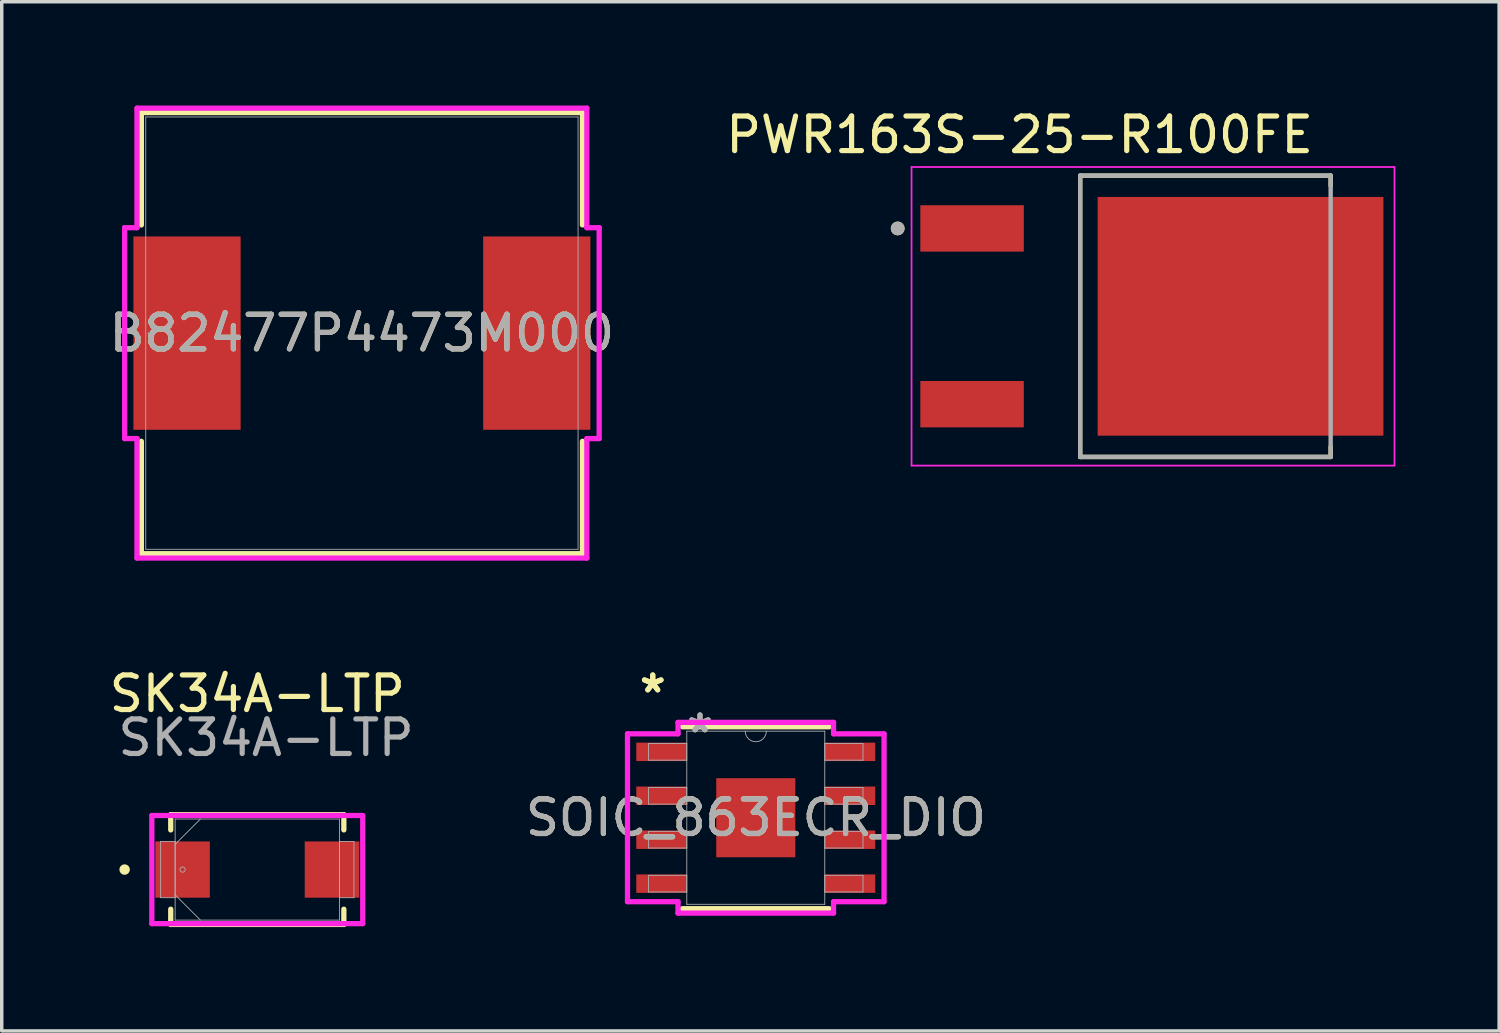
<source format=kicad_pcb>
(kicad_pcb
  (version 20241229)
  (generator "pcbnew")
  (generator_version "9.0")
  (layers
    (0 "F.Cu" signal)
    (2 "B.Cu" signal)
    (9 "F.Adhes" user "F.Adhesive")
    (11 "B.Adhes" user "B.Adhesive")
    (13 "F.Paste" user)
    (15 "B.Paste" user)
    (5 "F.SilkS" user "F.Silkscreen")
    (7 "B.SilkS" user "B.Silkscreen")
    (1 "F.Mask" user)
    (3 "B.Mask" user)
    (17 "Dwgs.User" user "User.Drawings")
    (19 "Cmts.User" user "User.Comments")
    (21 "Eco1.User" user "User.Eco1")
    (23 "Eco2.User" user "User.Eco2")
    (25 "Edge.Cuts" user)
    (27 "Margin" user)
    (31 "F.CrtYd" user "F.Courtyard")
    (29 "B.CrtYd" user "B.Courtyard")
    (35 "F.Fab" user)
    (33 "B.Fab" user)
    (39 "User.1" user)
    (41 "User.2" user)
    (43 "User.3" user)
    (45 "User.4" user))
  (footprint "PWR163S-25-R100FE"
    (layer "F.Cu")
    (at 30.248 6.093)
    (property "Reference" "PWR163S-25-R100FE" (at -3.825 -5.245 0) (layer "F.SilkS") (effects (font (size 1 1) (thickness 0.15))))
    (attr smd)
    (fp_line (start -2.075 -4.065) (end 5.165 -4.065) (stroke (width 0.127) (type solid)) (layer "F.SilkS"))
    (fp_line (start -2.075 4.065) (end -2.075 -4.065) (stroke (width 0.127) (type solid)) (layer "F.SilkS"))
    (fp_line (start 5.165 -4.065) (end 5.165 -3.77) (stroke (width 0.127) (type solid)) (layer "F.SilkS"))
    (fp_line (start 5.165 4.065) (end -2.075 4.065) (stroke (width 0.127) (type solid)) (layer "F.SilkS"))
    (fp_line (start 5.165 4.065) (end 5.165 3.77) (stroke (width 0.127) (type solid)) (layer "F.SilkS"))
    (fp_circle (center -7.35 -2.54) (end -7.25 -2.54) (stroke (width 0.2) (type solid)) (fill no) (layer "F.SilkS"))
    (fp_poly (pts (xy -1.235 -2.99) (xy 0.145 -2.99) (xy 0.145 -1.61) (xy -1.235 -1.61)) (stroke (width 0.01) (type solid)) (fill yes) (layer "F.Paste"))
    (fp_poly (pts (xy -1.235 -0.69) (xy 0.145 -0.69) (xy 0.145 0.69) (xy -1.235 0.69)) (stroke (width 0.01) (type solid)) (fill yes) (layer "F.Paste"))
    (fp_poly (pts (xy -1.235 1.61) (xy 0.145 1.61) (xy 0.145 2.99) (xy -1.235 2.99)) (stroke (width 0.01) (type solid)) (fill yes) (layer "F.Paste"))
    (fp_poly (pts (xy 0.835 -2.99) (xy 2.215 -2.99) (xy 2.215 -1.61) (xy 0.835 -1.61)) (stroke (width 0.01) (type solid)) (fill yes) (layer "F.Paste"))
    (fp_poly (pts (xy 0.835 -0.69) (xy 2.215 -0.69) (xy 2.215 0.69) (xy 0.835 0.69)) (stroke (width 0.01) (type solid)) (fill yes) (layer "F.Paste"))
    (fp_poly (pts (xy 0.835 1.61) (xy 2.215 1.61) (xy 2.215 2.99) (xy 0.835 2.99)) (stroke (width 0.01) (type solid)) (fill yes) (layer "F.Paste"))
    (fp_poly (pts (xy 2.905 -2.99) (xy 4.285 -2.99) (xy 4.285 -1.61) (xy 2.905 -1.61)) (stroke (width 0.01) (type solid)) (fill yes) (layer "F.Paste"))
    (fp_poly (pts (xy 2.905 -0.69) (xy 4.285 -0.69) (xy 4.285 0.69) (xy 2.905 0.69)) (stroke (width 0.01) (type solid)) (fill yes) (layer "F.Paste"))
    (fp_poly (pts (xy 2.905 1.61) (xy 4.285 1.61) (xy 4.285 2.99) (xy 2.905 2.99)) (stroke (width 0.01) (type solid)) (fill yes) (layer "F.Paste"))
    (fp_poly (pts (xy 4.975 -2.99) (xy 6.355 -2.99) (xy 6.355 -1.61) (xy 4.975 -1.61)) (stroke (width 0.01) (type solid)) (fill yes) (layer "F.Paste"))
    (fp_poly (pts (xy 4.975 -0.69) (xy 6.355 -0.69) (xy 6.355 0.69) (xy 4.975 0.69)) (stroke (width 0.01) (type solid)) (fill yes) (layer "F.Paste"))
    (fp_poly (pts (xy 4.975 1.61) (xy 6.355 1.61) (xy 6.355 2.99) (xy 4.975 2.99)) (stroke (width 0.01) (type solid)) (fill yes) (layer "F.Paste"))
    (fp_line (start -6.95 -4.315) (end 7.01 -4.315) (stroke (width 0.05) (type solid)) (layer "F.CrtYd"))
    (fp_line (start -6.95 4.315) (end -6.95 -4.315) (stroke (width 0.05) (type solid)) (layer "F.CrtYd"))
    (fp_line (start 7.01 -4.315) (end 7.01 4.315) (stroke (width 0.05) (type solid)) (layer "F.CrtYd"))
    (fp_line (start 7.01 4.315) (end -6.95 4.315) (stroke (width 0.05) (type solid)) (layer "F.CrtYd"))
    (fp_line (start -2.075 -4.065) (end 5.165 -4.065) (stroke (width 0.127) (type solid)) (layer "F.Fab"))
    (fp_line (start -2.075 4.065) (end -2.075 -4.065) (stroke (width 0.127) (type solid)) (layer "F.Fab"))
    (fp_line (start 5.165 -4.065) (end 5.165 4.065) (stroke (width 0.127) (type solid)) (layer "F.Fab"))
    (fp_line (start 5.165 4.065) (end -2.075 4.065) (stroke (width 0.127) (type solid)) (layer "F.Fab"))
    (fp_circle (center -7.35 -2.54) (end -7.25 -2.54) (stroke (width 0.2) (type solid)) (fill no) (layer "F.Fab"))
    (pad "1" smd rect (at -5.2 -2.54) (size 2.99 1.34) (layers "F.Cu" "F.Mask" "F.Paste"))
    (pad "2" smd rect (at -5.2 2.54) (size 2.99 1.34) (layers "F.Cu" "F.Mask" "F.Paste"))
    (pad "3" smd rect (at 2.56 0) (size 8.26 6.9) (layers "F.Cu" "F.Mask")))
  (footprint "SK34A-LTP"
    (layer "F.Cu")
    (at 4.387 22.085)
    (property "Reference" "SK34A-LTP" (at 0 -5.08 0) (unlocked yes) (layer "F.SilkS") (effects (font (size 1 1) (thickness 0.15))))
    (attr smd)
    (fp_line (start -2.502 -1.587) (end -2.502 -1.146) (stroke (width 0.152) (type solid)) (layer "F.SilkS"))
    (fp_line (start -2.502 1.146) (end -2.502 1.587) (stroke (width 0.152) (type solid)) (layer "F.SilkS"))
    (fp_line (start -2.502 1.587) (end 2.502 1.587) (stroke (width 0.152) (type solid)) (layer "F.SilkS"))
    (fp_line (start 2.502 -1.587) (end -2.502 -1.587) (stroke (width 0.152) (type solid)) (layer "F.SilkS"))
    (fp_line (start 2.502 -1.146) (end 2.502 -1.587) (stroke (width 0.152) (type solid)) (layer "F.SilkS"))
    (fp_line (start 2.502 1.587) (end 2.502 1.146) (stroke (width 0.152) (type solid)) (layer "F.SilkS"))
    (fp_circle (center -3.835 0) (end -3.759 0) (stroke (width 0.152) (type solid)) (fill no) (layer "F.SilkS"))
    (fp_line (start -3.048 -1.562) (end 3.048 -1.562) (stroke (width 0.152) (type solid)) (layer "F.CrtYd"))
    (fp_line (start -3.048 1.562) (end -3.048 -1.562) (stroke (width 0.152) (type solid)) (layer "F.CrtYd"))
    (fp_line (start 3.048 -1.562) (end 3.048 1.562) (stroke (width 0.152) (type solid)) (layer "F.CrtYd"))
    (fp_line (start 3.048 1.562) (end -3.048 1.562) (stroke (width 0.152) (type solid)) (layer "F.CrtYd"))
    (fp_line (start -2.794 -0.813) (end -2.794 0.813) (stroke (width 0.025) (type solid)) (layer "F.Fab"))
    (fp_line (start -2.794 0.813) (end -2.375 0.813) (stroke (width 0.025) (type solid)) (layer "F.Fab"))
    (fp_line (start -2.375 -1.46) (end -2.375 1.46) (stroke (width 0.025) (type solid)) (layer "F.Fab"))
    (fp_line (start -2.375 -0.813) (end -2.794 -0.813) (stroke (width 0.025) (type solid)) (layer "F.Fab"))
    (fp_line (start -2.375 -0.73) (end -1.645 -1.46) (stroke (width 0.025) (type solid)) (layer "F.Fab"))
    (fp_line (start -2.375 0.73) (end -1.645 1.46) (stroke (width 0.025) (type solid)) (layer "F.Fab"))
    (fp_line (start -2.375 0.813) (end -2.375 -0.813) (stroke (width 0.025) (type solid)) (layer "F.Fab"))
    (fp_line (start -2.375 1.46) (end 2.375 1.46) (stroke (width 0.025) (type solid)) (layer "F.Fab"))
    (fp_line (start 2.375 -1.46) (end -2.375 -1.46) (stroke (width 0.025) (type solid)) (layer "F.Fab"))
    (fp_line (start 2.375 -0.813) (end 2.375 0.813) (stroke (width 0.025) (type solid)) (layer "F.Fab"))
    (fp_line (start 2.375 0.813) (end 2.794 0.813) (stroke (width 0.025) (type solid)) (layer "F.Fab"))
    (fp_line (start 2.375 1.46) (end 2.375 -1.46) (stroke (width 0.025) (type solid)) (layer "F.Fab"))
    (fp_line (start 2.794 -0.813) (end 2.375 -0.813) (stroke (width 0.025) (type solid)) (layer "F.Fab"))
    (fp_line (start 2.794 0.813) (end 2.794 -0.813) (stroke (width 0.025) (type solid)) (layer "F.Fab"))
    (fp_circle (center -2.159 0) (end -2.083 0) (stroke (width 0.025) (type solid)) (fill no) (layer "F.Fab"))
    (fp_text user "${REFERENCE}" (at 0.254 -3.81 0) (unlocked yes) (layer "F.Fab") (effects (font (size 1 1) (thickness 0.15))))
    (pad "1" smd rect (at -2.159 0) (size 1.575 1.626) (layers "F.Cu" "F.Mask" "F.Paste"))
    (pad "2" smd rect (at 2.159 0) (size 1.575 1.626) (layers "F.Cu" "F.Mask" "F.Paste"))
    (zone (net_name "") (layer "F.Cu") (hatch full 0.508) (connect_pads) (min_thickness 0.254) (filled_areas_thickness no) (keepout (tracks not_allowed) (vias not_allowed) (pads allowed) (copperpour not_allowed) (footprints allowed)) (placement (enabled no)) (fill) (polygon (pts (xy 3.066 20.676) (xy 5.708 20.676) (xy 5.708 23.495) (xy 3.066 23.495)))))
  (footprint "B82477P4473M000"
    (layer "F.Cu")
    (at 7.411 6.579)
    (property "Reference" "B82477P4473M000" (at 0 0 0) (unlocked yes) (layer "F.SilkS") (effects (font (size 1 1) (thickness 0.15))))
    (attr smd)
    (fp_line (start -6.375 -6.375) (end -6.375 -3.127) (stroke (width 0.152) (type solid)) (layer "F.SilkS"))
    (fp_line (start -6.375 3.127) (end -6.375 6.375) (stroke (width 0.152) (type solid)) (layer "F.SilkS"))
    (fp_line (start -6.375 6.375) (end 6.375 6.375) (stroke (width 0.152) (type solid)) (layer "F.SilkS"))
    (fp_line (start 6.375 -6.375) (end -6.375 -6.375) (stroke (width 0.152) (type solid)) (layer "F.SilkS"))
    (fp_line (start 6.375 -3.127) (end 6.375 -6.375) (stroke (width 0.152) (type solid)) (layer "F.SilkS"))
    (fp_line (start 6.375 6.375) (end 6.375 3.127) (stroke (width 0.152) (type solid)) (layer "F.SilkS"))
    (fp_line (start -6.858 -3.048) (end -6.502 -3.048) (stroke (width 0.152) (type solid)) (layer "F.CrtYd"))
    (fp_line (start -6.858 3.048) (end -6.858 -3.048) (stroke (width 0.152) (type solid)) (layer "F.CrtYd"))
    (fp_line (start -6.502 -6.502) (end 6.502 -6.502) (stroke (width 0.152) (type solid)) (layer "F.CrtYd"))
    (fp_line (start -6.502 -3.048) (end -6.502 -6.502) (stroke (width 0.152) (type solid)) (layer "F.CrtYd"))
    (fp_line (start -6.502 3.048) (end -6.858 3.048) (stroke (width 0.152) (type solid)) (layer "F.CrtYd"))
    (fp_line (start -6.502 6.502) (end -6.502 3.048) (stroke (width 0.152) (type solid)) (layer "F.CrtYd"))
    (fp_line (start 6.502 -6.502) (end 6.502 -3.048) (stroke (width 0.152) (type solid)) (layer "F.CrtYd"))
    (fp_line (start 6.502 -3.048) (end 6.858 -3.048) (stroke (width 0.152) (type solid)) (layer "F.CrtYd"))
    (fp_line (start 6.502 3.048) (end 6.502 6.502) (stroke (width 0.152) (type solid)) (layer "F.CrtYd"))
    (fp_line (start 6.502 6.502) (end -6.502 6.502) (stroke (width 0.152) (type solid)) (layer "F.CrtYd"))
    (fp_line (start 6.858 -3.048) (end 6.858 3.048) (stroke (width 0.152) (type solid)) (layer "F.CrtYd"))
    (fp_line (start 6.858 3.048) (end 6.502 3.048) (stroke (width 0.152) (type solid)) (layer "F.CrtYd"))
    (fp_line (start -6.248 -6.248) (end -6.248 6.248) (stroke (width 0.025) (type solid)) (layer "F.Fab"))
    (fp_line (start -6.248 6.248) (end 6.248 6.248) (stroke (width 0.025) (type solid)) (layer "F.Fab"))
    (fp_line (start 6.248 -6.248) (end -6.248 -6.248) (stroke (width 0.025) (type solid)) (layer "F.Fab"))
    (fp_line (start 6.248 6.248) (end 6.248 -6.248) (stroke (width 0.025) (type solid)) (layer "F.Fab"))
    (fp_circle (center -6.172 0) (end -6.172 0) (stroke (width 0.025) (type solid)) (fill no) (layer "F.Fab"))
    (fp_text user "${REFERENCE}" (at 0 0 0) (unlocked yes) (layer "F.Fab") (effects (font (size 1 1) (thickness 0.15))))
    (pad "1" smd rect (at -5.055 0) (size 3.099 5.588) (layers "F.Cu" "F.Mask" "F.Paste"))
    (pad "2" smd rect (at 5.055 0) (size 3.099 5.588) (layers "F.Cu" "F.Mask" "F.Paste"))
    (zone (net_name "") (layer "F.Cu") (hatch full 0.508) (connect_pads) (min_thickness 0.254) (filled_areas_thickness no) (keepout (tracks not_allowed) (vias not_allowed) (pads allowed) (copperpour not_allowed) (footprints allowed)) (placement (enabled no)) (fill) (polygon (pts (xy 3.956 0.381) (xy 10.865 0.381) (xy 10.865 12.776) (xy 3.956 12.776)))))
  (footprint "SOIC_863ECR_DIO"
    (layer "F.Cu")
    (at 18.796 20.587)
    (property "Reference" "SOIC_863ECR_DIO" (at 0 0 0) (unlocked yes) (layer "F.SilkS") (effects (font (size 1 1) (thickness 0.15))))
    (attr smd)
    (fp_line (start -2.121 2.629) (end 2.121 2.629) (stroke (width 0.152) (type solid)) (layer "F.SilkS"))
    (fp_line (start 2.121 -2.629) (end -2.121 -2.629) (stroke (width 0.152) (type solid)) (layer "F.SilkS"))
    (fp_line (start -3.708 -2.426) (end -2.248 -2.426) (stroke (width 0.152) (type solid)) (layer "F.CrtYd"))
    (fp_line (start -3.708 2.426) (end -3.708 -2.426) (stroke (width 0.152) (type solid)) (layer "F.CrtYd"))
    (fp_line (start -3.708 2.426) (end -2.248 2.426) (stroke (width 0.152) (type solid)) (layer "F.CrtYd"))
    (fp_line (start -2.248 -2.756) (end 2.248 -2.756) (stroke (width 0.152) (type solid)) (layer "F.CrtYd"))
    (fp_line (start -2.248 -2.426) (end -2.248 -2.756) (stroke (width 0.152) (type solid)) (layer "F.CrtYd"))
    (fp_line (start -2.248 2.756) (end -2.248 2.426) (stroke (width 0.152) (type solid)) (layer "F.CrtYd"))
    (fp_line (start 2.248 -2.756) (end 2.248 -2.426) (stroke (width 0.152) (type solid)) (layer "F.CrtYd"))
    (fp_line (start 2.248 2.426) (end 2.248 2.756) (stroke (width 0.152) (type solid)) (layer "F.CrtYd"))
    (fp_line (start 2.248 2.756) (end -2.248 2.756) (stroke (width 0.152) (type solid)) (layer "F.CrtYd"))
    (fp_line (start 3.708 -2.426) (end 2.248 -2.426) (stroke (width 0.152) (type solid)) (layer "F.CrtYd"))
    (fp_line (start 3.708 -2.426) (end 3.708 2.426) (stroke (width 0.152) (type solid)) (layer "F.CrtYd"))
    (fp_line (start 3.708 2.426) (end 2.248 2.426) (stroke (width 0.152) (type solid)) (layer "F.CrtYd"))
    (fp_line (start -3.099 -2.146) (end -3.099 -1.664) (stroke (width 0.025) (type solid)) (layer "F.Fab"))
    (fp_line (start -3.099 -1.664) (end -1.994 -1.664) (stroke (width 0.025) (type solid)) (layer "F.Fab"))
    (fp_line (start -3.099 -0.876) (end -3.099 -0.394) (stroke (width 0.025) (type solid)) (layer "F.Fab"))
    (fp_line (start -3.099 -0.394) (end -1.994 -0.394) (stroke (width 0.025) (type solid)) (layer "F.Fab"))
    (fp_line (start -3.099 0.394) (end -3.099 0.876) (stroke (width 0.025) (type solid)) (layer "F.Fab"))
    (fp_line (start -3.099 0.876) (end -1.994 0.876) (stroke (width 0.025) (type solid)) (layer "F.Fab"))
    (fp_line (start -3.099 1.664) (end -3.099 2.146) (stroke (width 0.025) (type solid)) (layer "F.Fab"))
    (fp_line (start -3.099 2.146) (end -1.994 2.146) (stroke (width 0.025) (type solid)) (layer "F.Fab"))
    (fp_line (start -1.994 -2.502) (end -1.994 2.502) (stroke (width 0.025) (type solid)) (layer "F.Fab"))
    (fp_line (start -1.994 -2.146) (end -3.099 -2.146) (stroke (width 0.025) (type solid)) (layer "F.Fab"))
    (fp_line (start -1.994 -1.664) (end -1.994 -2.146) (stroke (width 0.025) (type solid)) (layer "F.Fab"))
    (fp_line (start -1.994 -0.876) (end -3.099 -0.876) (stroke (width 0.025) (type solid)) (layer "F.Fab"))
    (fp_line (start -1.994 -0.394) (end -1.994 -0.876) (stroke (width 0.025) (type solid)) (layer "F.Fab"))
    (fp_line (start -1.994 0.394) (end -3.099 0.394) (stroke (width 0.025) (type solid)) (layer "F.Fab"))
    (fp_line (start -1.994 0.876) (end -1.994 0.394) (stroke (width 0.025) (type solid)) (layer "F.Fab"))
    (fp_line (start -1.994 1.664) (end -3.099 1.664) (stroke (width 0.025) (type solid)) (layer "F.Fab"))
    (fp_line (start -1.994 2.146) (end -1.994 1.664) (stroke (width 0.025) (type solid)) (layer "F.Fab"))
    (fp_line (start -1.994 2.502) (end 1.994 2.502) (stroke (width 0.025) (type solid)) (layer "F.Fab"))
    (fp_line (start 1.994 -2.502) (end -1.994 -2.502) (stroke (width 0.025) (type solid)) (layer "F.Fab"))
    (fp_line (start 1.994 -2.146) (end 1.994 -1.664) (stroke (width 0.025) (type solid)) (layer "F.Fab"))
    (fp_line (start 1.994 -1.664) (end 3.099 -1.664) (stroke (width 0.025) (type solid)) (layer "F.Fab"))
    (fp_line (start 1.994 -0.876) (end 1.994 -0.394) (stroke (width 0.025) (type solid)) (layer "F.Fab"))
    (fp_line (start 1.994 -0.394) (end 3.099 -0.394) (stroke (width 0.025) (type solid)) (layer "F.Fab"))
    (fp_line (start 1.994 0.394) (end 1.994 0.876) (stroke (width 0.025) (type solid)) (layer "F.Fab"))
    (fp_line (start 1.994 0.876) (end 3.099 0.876) (stroke (width 0.025) (type solid)) (layer "F.Fab"))
    (fp_line (start 1.994 1.664) (end 1.994 2.146) (stroke (width 0.025) (type solid)) (layer "F.Fab"))
    (fp_line (start 1.994 2.146) (end 3.099 2.146) (stroke (width 0.025) (type solid)) (layer "F.Fab"))
    (fp_line (start 1.994 2.502) (end 1.994 -2.502) (stroke (width 0.025) (type solid)) (layer "F.Fab"))
    (fp_line (start 3.099 -2.146) (end 1.994 -2.146) (stroke (width 0.025) (type solid)) (layer "F.Fab"))
    (fp_line (start 3.099 -1.664) (end 3.099 -2.146) (stroke (width 0.025) (type solid)) (layer "F.Fab"))
    (fp_line (start 3.099 -0.876) (end 1.994 -0.876) (stroke (width 0.025) (type solid)) (layer "F.Fab"))
    (fp_line (start 3.099 -0.394) (end 3.099 -0.876) (stroke (width 0.025) (type solid)) (layer "F.Fab"))
    (fp_line (start 3.099 0.394) (end 1.994 0.394) (stroke (width 0.025) (type solid)) (layer "F.Fab"))
    (fp_line (start 3.099 0.876) (end 3.099 0.394) (stroke (width 0.025) (type solid)) (layer "F.Fab"))
    (fp_line (start 3.099 1.664) (end 1.994 1.664) (stroke (width 0.025) (type solid)) (layer "F.Fab"))
    (fp_line (start 3.099 2.146) (end 3.099 1.664) (stroke (width 0.025) (type solid)) (layer "F.Fab"))
    (fp_arc (start 0.3048 -2.5019) (mid 0 -2.1971) (end -0.3048 -2.5019) (stroke (width 0.0254) (type solid)) (layer "F.Fab"))
    (fp_text user "*" (at -2.978 -3.581 0) (layer "F.SilkS") (effects (font (size 1 1) (thickness 0.15))))
    (fp_text user "*" (at -2.978 -3.581 0) (unlocked yes) (layer "F.SilkS") (effects (font (size 1 1) (thickness 0.15))))
    (fp_text user "*" (at -1.613 -2.426 0) (unlocked yes) (layer "F.Fab") (effects (font (size 1 1) (thickness 0.15))))
    (fp_text user "*" (at -1.613 -2.426 0) (layer "F.Fab") (effects (font (size 1 1) (thickness 0.15))))
    (fp_text user "${REFERENCE}" (at 0 0 0) (unlocked yes) (layer "F.Fab") (effects (font (size 1 1) (thickness 0.15))))
    (pad "1" smd rect (at -2.724 -1.905) (size 1.46 0.533) (layers "F.Cu" "F.Mask" "F.Paste"))
    (pad "2" smd rect (at -2.724 -0.635) (size 1.46 0.533) (layers "F.Cu" "F.Mask" "F.Paste"))
    (pad "3" smd rect (at -2.724 0.635) (size 1.46 0.533) (layers "F.Cu" "F.Mask" "F.Paste"))
    (pad "4" smd rect (at -2.724 1.905) (size 1.46 0.533) (layers "F.Cu" "F.Mask" "F.Paste"))
    (pad "5" smd rect (at 2.724 1.905) (size 1.46 0.533) (layers "F.Cu" "F.Mask" "F.Paste"))
    (pad "6" smd rect (at 2.724 0.635) (size 1.46 0.533) (layers "F.Cu" "F.Mask" "F.Paste"))
    (pad "7" smd rect (at 2.724 -0.635) (size 1.46 0.533) (layers "F.Cu" "F.Mask" "F.Paste"))
    (pad "8" smd rect (at 2.724 -1.905) (size 1.46 0.533) (layers "F.Cu" "F.Mask" "F.Paste"))
    (pad "EPAD" smd rect (at 0 0) (size 2.286 2.286) (layers "F.Cu" "F.Mask" "F.Paste")))
  (gr_rect
    (start -3 -3)
    (end 40.283 26.749)
    (stroke (width 0.1) (type default))
    (fill no)
    (layer "Edge.Cuts")))
</source>
